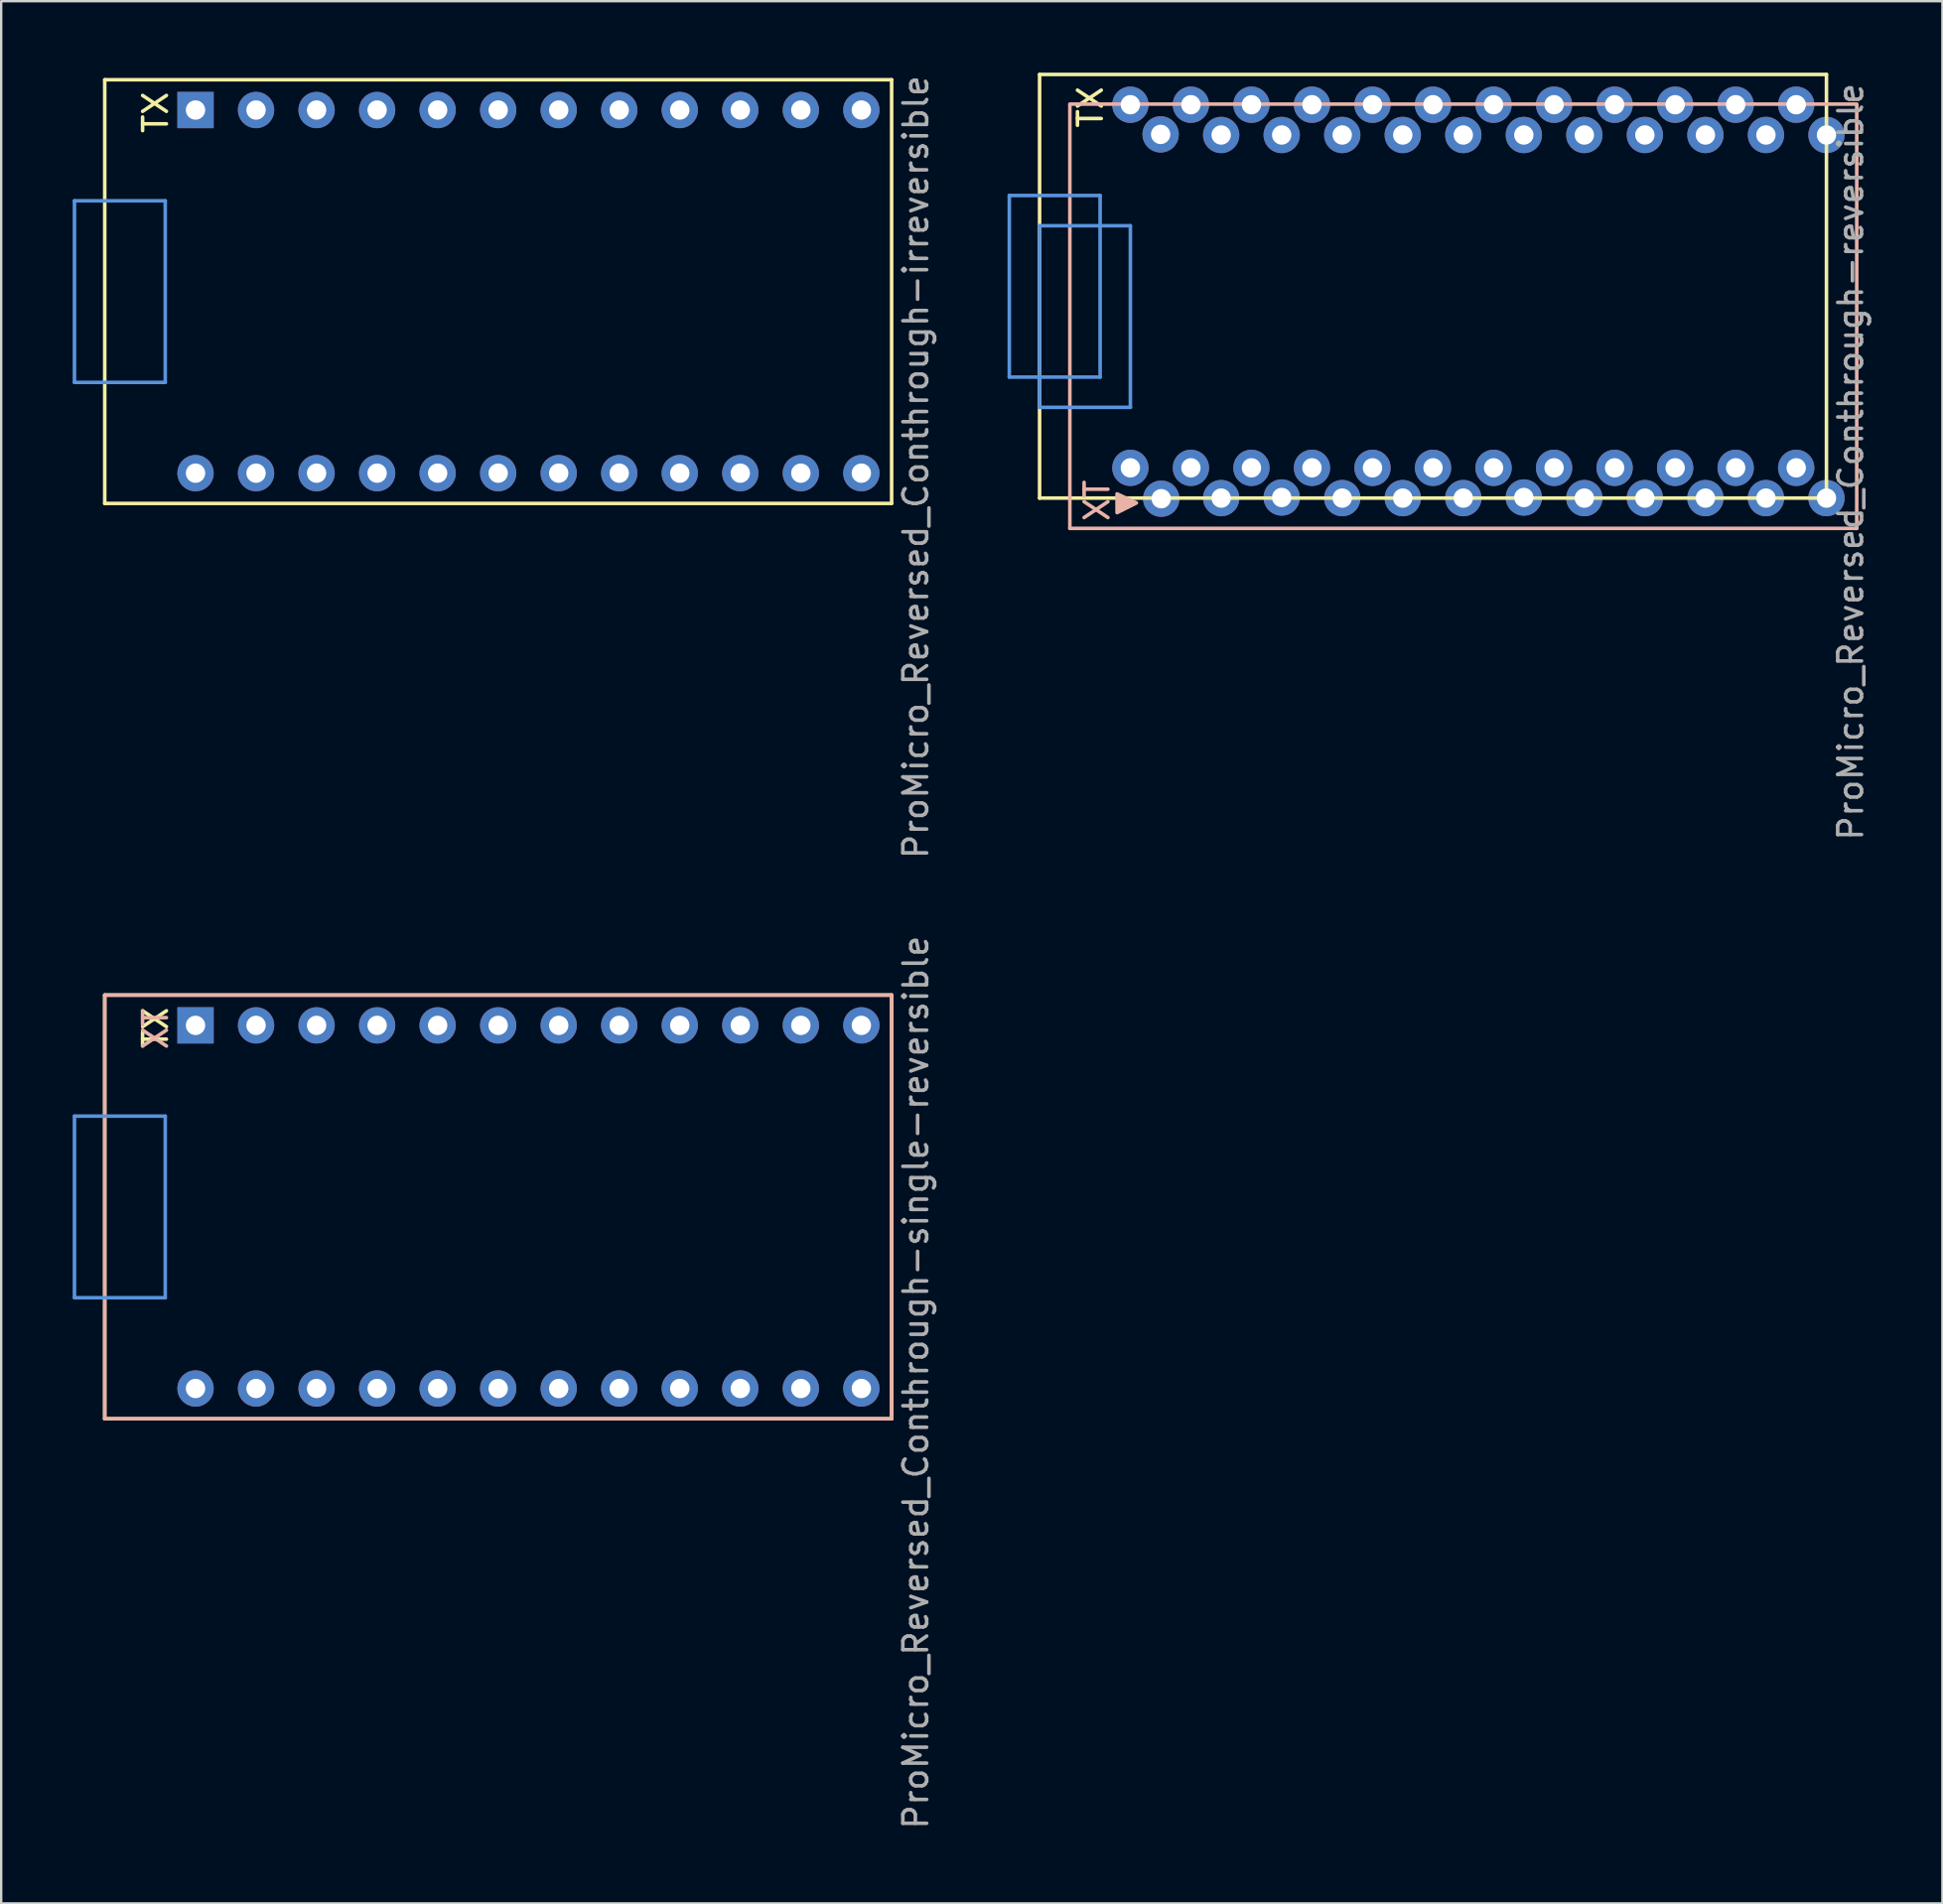
<source format=kicad_pcb>
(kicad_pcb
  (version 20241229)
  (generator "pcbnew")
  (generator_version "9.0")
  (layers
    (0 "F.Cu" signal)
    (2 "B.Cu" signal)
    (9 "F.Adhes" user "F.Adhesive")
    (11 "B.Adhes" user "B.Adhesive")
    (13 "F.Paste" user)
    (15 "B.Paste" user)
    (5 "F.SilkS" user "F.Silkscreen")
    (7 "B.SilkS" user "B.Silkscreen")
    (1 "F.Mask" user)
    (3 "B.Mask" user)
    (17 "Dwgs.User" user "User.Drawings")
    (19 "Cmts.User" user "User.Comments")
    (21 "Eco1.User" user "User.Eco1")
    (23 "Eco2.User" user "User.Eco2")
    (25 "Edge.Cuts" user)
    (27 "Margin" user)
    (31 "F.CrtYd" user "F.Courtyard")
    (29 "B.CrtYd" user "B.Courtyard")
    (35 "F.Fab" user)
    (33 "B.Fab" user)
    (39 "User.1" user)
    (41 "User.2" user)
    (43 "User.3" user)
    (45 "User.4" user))
  (footprint "ProMicro_Reversed_Conthrough-single-reversible"
    (layer "F.Cu")
    (at 1.345 47.604)
    (property "Reference" "ProMicro_Reversed_Conthrough-single-reversible" (at 34.036 7.366 270) (layer "F.Fab") (effects (font (size 1 1) (thickness 0.15))))
    (attr through_hole)
    (fp_line (start 0 -8.89) (end 0 8.89) (stroke (width 0.15) (type solid)) (layer "F.SilkS"))
    (fp_line (start 0 8.89) (end 33.02 8.89) (stroke (width 0.15) (type solid)) (layer "F.SilkS"))
    (fp_line (start 33.02 -8.89) (end 0 -8.89) (stroke (width 0.15) (type solid)) (layer "F.SilkS"))
    (fp_line (start 33.02 8.89) (end 33.02 -8.89) (stroke (width 0.15) (type solid)) (layer "F.SilkS"))
    (fp_line (start 0 -8.89) (end 33.02 -8.89) (stroke (width 0.15) (type solid)) (layer "B.SilkS"))
    (fp_line (start 0 8.89) (end 0 -8.89) (stroke (width 0.15) (type solid)) (layer "B.SilkS"))
    (fp_line (start 33.02 -8.89) (end 33.02 8.89) (stroke (width 0.15) (type solid)) (layer "B.SilkS"))
    (fp_line (start 33.02 8.89) (end 0 8.89) (stroke (width 0.15) (type solid)) (layer "B.SilkS"))
    (fp_line (start -1.27 -3.81) (end -1.27 3.81) (stroke (width 0.15) (type solid)) (layer "Cmts.User"))
    (fp_line (start -1.27 3.81) (end 2.54 3.81) (stroke (width 0.15) (type solid)) (layer "Cmts.User"))
    (fp_line (start 2.54 -3.81) (end -1.27 -3.81) (stroke (width 0.15) (type solid)) (layer "Cmts.User"))
    (fp_line (start 2.54 3.81) (end 2.54 -3.81) (stroke (width 0.15) (type solid)) (layer "Cmts.User"))
    (fp_text user "TX" (at 2.134 -7.518 90) (unlocked yes) (layer "F.SilkS") (effects (font (size 1 1) (thickness 0.15))))
    (fp_text user "TX" (at 2.134 -7.468 90) (unlocked yes) (layer "B.SilkS") (effects (font (size 1 1) (thickness 0.15)) (justify mirror)))
    (pad "1" thru_hole rect (at 3.81 -7.62) (size 1.524 1.524) (drill 0.813) (layers "*.Cu" "*.Mask"))
    (pad "2" thru_hole circle (at 6.35 -7.62) (size 1.524 1.524) (drill 0.813) (layers "*.Cu" "*.Mask"))
    (pad "3" thru_hole circle (at 8.89 -7.62) (size 1.524 1.524) (drill 0.813) (layers "*.Cu" "*.Mask"))
    (pad "4" thru_hole circle (at 11.43 -7.62) (size 1.524 1.524) (drill 0.813) (layers "*.Cu" "*.Mask"))
    (pad "5" thru_hole circle (at 13.97 -7.62) (size 1.524 1.524) (drill 0.813) (layers "*.Cu" "*.Mask"))
    (pad "6" thru_hole circle (at 16.51 -7.62) (size 1.524 1.524) (drill 0.813) (layers "*.Cu" "*.Mask"))
    (pad "7" thru_hole circle (at 19.05 -7.62) (size 1.524 1.524) (drill 0.813) (layers "*.Cu" "*.Mask"))
    (pad "8" thru_hole circle (at 21.59 -7.62) (size 1.524 1.524) (drill 0.813) (layers "*.Cu" "*.Mask"))
    (pad "9" thru_hole circle (at 24.13 -7.62) (size 1.524 1.524) (drill 0.813) (layers "*.Cu" "*.Mask"))
    (pad "10" thru_hole circle (at 26.67 -7.62) (size 1.524 1.524) (drill 0.813) (layers "*.Cu" "*.Mask"))
    (pad "11" thru_hole circle (at 29.21 -7.62) (size 1.524 1.524) (drill 0.813) (layers "*.Cu" "*.Mask"))
    (pad "12" thru_hole circle (at 31.75 -7.62) (size 1.524 1.524) (drill 0.813) (layers "*.Cu" "*.Mask"))
    (pad "13" thru_hole circle (at 31.75 7.62) (size 1.524 1.524) (drill 0.813) (layers "*.Cu" "*.Mask"))
    (pad "14" thru_hole circle (at 29.21 7.62) (size 1.524 1.524) (drill 0.813) (layers "*.Cu" "*.Mask"))
    (pad "15" thru_hole circle (at 26.67 7.62) (size 1.524 1.524) (drill 0.813) (layers "*.Cu" "*.Mask"))
    (pad "16" thru_hole circle (at 24.13 7.62) (size 1.524 1.524) (drill 0.813) (layers "*.Cu" "*.Mask"))
    (pad "17" thru_hole circle (at 21.59 7.62) (size 1.524 1.524) (drill 0.813) (layers "*.Cu" "*.Mask"))
    (pad "18" thru_hole circle (at 19.05 7.62) (size 1.524 1.524) (drill 0.813) (layers "*.Cu" "*.Mask"))
    (pad "19" thru_hole circle (at 16.51 7.62) (size 1.524 1.524) (drill 0.813) (layers "*.Cu" "*.Mask"))
    (pad "20" thru_hole circle (at 13.97 7.62) (size 1.524 1.524) (drill 0.813) (layers "*.Cu" "*.Mask"))
    (pad "21" thru_hole circle (at 11.43 7.62) (size 1.524 1.524) (drill 0.813) (layers "*.Cu" "*.Mask"))
    (pad "22" thru_hole circle (at 8.89 7.62) (size 1.524 1.524) (drill 0.813) (layers "*.Cu" "*.Mask"))
    (pad "23" thru_hole circle (at 6.35 7.62) (size 1.524 1.524) (drill 0.813) (layers "*.Cu" "*.Mask"))
    (pad "24" thru_hole circle (at 3.81 7.62) (size 1.524 1.524) (drill 0.813) (layers "*.Cu" "*.Mask")))
  (footprint "ProMicro_Reversed_Conthrough-irreversible"
    (layer "F.Cu")
    (at 1.345 9.188)
    (property "Reference" "ProMicro_Reversed_Conthrough-irreversible" (at 34.036 7.366 270) (layer "F.Fab") (effects (font (size 1 1) (thickness 0.15))))
    (attr through_hole)
    (fp_line (start 0 -8.89) (end 0 8.89) (stroke (width 0.15) (type solid)) (layer "F.SilkS"))
    (fp_line (start 0 8.89) (end 33.02 8.89) (stroke (width 0.15) (type solid)) (layer "F.SilkS"))
    (fp_line (start 33.02 -8.89) (end 0 -8.89) (stroke (width 0.15) (type solid)) (layer "F.SilkS"))
    (fp_line (start 33.02 8.89) (end 33.02 -8.89) (stroke (width 0.15) (type solid)) (layer "F.SilkS"))
    (fp_line (start -1.27 -3.81) (end -1.27 3.81) (stroke (width 0.15) (type solid)) (layer "Cmts.User"))
    (fp_line (start -1.27 3.81) (end 2.54 3.81) (stroke (width 0.15) (type solid)) (layer "Cmts.User"))
    (fp_line (start 2.54 -3.81) (end -1.27 -3.81) (stroke (width 0.15) (type solid)) (layer "Cmts.User"))
    (fp_line (start 2.54 3.81) (end 2.54 -3.81) (stroke (width 0.15) (type solid)) (layer "Cmts.User"))
    (fp_text user "TX" (at 2.134 -7.518 90) (unlocked yes) (layer "F.SilkS") (effects (font (size 1 1) (thickness 0.15))))
    (pad "1" thru_hole rect (at 3.81 -7.62) (size 1.524 1.524) (drill 0.813) (layers "*.Cu" "*.Mask"))
    (pad "2" thru_hole circle (at 6.35 -7.62) (size 1.524 1.524) (drill 0.813) (layers "*.Cu" "*.Mask"))
    (pad "3" thru_hole circle (at 8.89 -7.62) (size 1.524 1.524) (drill 0.813) (layers "*.Cu" "*.Mask"))
    (pad "4" thru_hole circle (at 11.43 -7.62) (size 1.524 1.524) (drill 0.813) (layers "*.Cu" "*.Mask"))
    (pad "5" thru_hole circle (at 13.97 -7.62) (size 1.524 1.524) (drill 0.813) (layers "*.Cu" "*.Mask"))
    (pad "6" thru_hole circle (at 16.51 -7.62) (size 1.524 1.524) (drill 0.813) (layers "*.Cu" "*.Mask"))
    (pad "7" thru_hole circle (at 19.05 -7.62) (size 1.524 1.524) (drill 0.813) (layers "*.Cu" "*.Mask"))
    (pad "8" thru_hole circle (at 21.59 -7.62) (size 1.524 1.524) (drill 0.813) (layers "*.Cu" "*.Mask"))
    (pad "9" thru_hole circle (at 24.13 -7.62) (size 1.524 1.524) (drill 0.813) (layers "*.Cu" "*.Mask"))
    (pad "10" thru_hole circle (at 26.67 -7.62) (size 1.524 1.524) (drill 0.813) (layers "*.Cu" "*.Mask"))
    (pad "11" thru_hole circle (at 29.21 -7.62) (size 1.524 1.524) (drill 0.813) (layers "*.Cu" "*.Mask"))
    (pad "12" thru_hole circle (at 31.75 -7.62) (size 1.524 1.524) (drill 0.813) (layers "*.Cu" "*.Mask"))
    (pad "13" thru_hole circle (at 31.75 7.62) (size 1.524 1.524) (drill 0.813) (layers "*.Cu" "*.Mask"))
    (pad "14" thru_hole circle (at 29.21 7.62) (size 1.524 1.524) (drill 0.813) (layers "*.Cu" "*.Mask"))
    (pad "15" thru_hole circle (at 26.67 7.62) (size 1.524 1.524) (drill 0.813) (layers "*.Cu" "*.Mask"))
    (pad "16" thru_hole circle (at 24.13 7.62) (size 1.524 1.524) (drill 0.813) (layers "*.Cu" "*.Mask"))
    (pad "17" thru_hole circle (at 21.59 7.62) (size 1.524 1.524) (drill 0.813) (layers "*.Cu" "*.Mask"))
    (pad "18" thru_hole circle (at 19.05 7.62) (size 1.524 1.524) (drill 0.813) (layers "*.Cu" "*.Mask"))
    (pad "19" thru_hole circle (at 16.51 7.62) (size 1.524 1.524) (drill 0.813) (layers "*.Cu" "*.Mask"))
    (pad "20" thru_hole circle (at 13.97 7.62) (size 1.524 1.524) (drill 0.813) (layers "*.Cu" "*.Mask"))
    (pad "21" thru_hole circle (at 11.43 7.62) (size 1.524 1.524) (drill 0.813) (layers "*.Cu" "*.Mask"))
    (pad "22" thru_hole circle (at 8.89 7.62) (size 1.524 1.524) (drill 0.813) (layers "*.Cu" "*.Mask"))
    (pad "23" thru_hole circle (at 6.35 7.62) (size 1.524 1.524) (drill 0.813) (layers "*.Cu" "*.Mask"))
    (pad "24" thru_hole circle (at 3.81 7.62) (size 1.524 1.524) (drill 0.813) (layers "*.Cu" "*.Mask")))
  (footprint "ProMicro_Reversed_Conthrough-reversible"
    (layer "F.Cu")
    (at 40.574 8.965)
    (property "Reference" "ProMicro_Reversed_Conthrough-reversible" (at 34.036 7.366 270) (layer "F.Fab") (effects (font (size 1 1) (thickness 0.15))))
    (attr through_hole)
    (fp_line (start 0 -8.89) (end 0 8.89) (stroke (width 0.15) (type solid)) (layer "F.SilkS"))
    (fp_line (start 0 8.89) (end 33.02 8.89) (stroke (width 0.15) (type solid)) (layer "F.SilkS"))
    (fp_line (start 33.02 -8.89) (end 0 -8.89) (stroke (width 0.15) (type solid)) (layer "F.SilkS"))
    (fp_line (start 33.02 8.89) (end 33.02 -8.89) (stroke (width 0.15) (type solid)) (layer "F.SilkS"))
    (fp_line (start 1.27 -7.62) (end 1.27 10.16) (stroke (width 0.15) (type solid)) (layer "B.SilkS"))
    (fp_line (start 1.27 10.16) (end 34.29 10.16) (stroke (width 0.15) (type solid)) (layer "B.SilkS"))
    (fp_line (start 34.29 -7.645) (end 1.27 -7.645) (stroke (width 0.15) (type solid)) (layer "B.SilkS"))
    (fp_line (start 34.29 10.16) (end 34.29 -7.62) (stroke (width 0.15) (type solid)) (layer "B.SilkS"))
    (fp_poly (pts (xy 3.251 8.712) (xy 3.251 9.5) (xy 4.064 9.093)) (stroke (width 0.15) (type solid)) (fill yes) (layer "B.SilkS"))
    (fp_line (start -1.27 -3.81) (end -1.27 3.81) (stroke (width 0.15) (type solid)) (layer "Cmts.User"))
    (fp_line (start -1.27 3.81) (end 2.54 3.81) (stroke (width 0.15) (type solid)) (layer "Cmts.User"))
    (fp_line (start 0 -2.54) (end 0 5.08) (stroke (width 0.15) (type solid)) (layer "Cmts.User"))
    (fp_line (start 0 5.08) (end 3.81 5.08) (stroke (width 0.15) (type solid)) (layer "Cmts.User"))
    (fp_line (start 2.54 -3.81) (end -1.27 -3.81) (stroke (width 0.15) (type solid)) (layer "Cmts.User"))
    (fp_line (start 2.54 3.81) (end 2.54 -3.81) (stroke (width 0.15) (type solid)) (layer "Cmts.User"))
    (fp_line (start 3.81 -2.54) (end 0 -2.54) (stroke (width 0.15) (type solid)) (layer "Cmts.User"))
    (fp_line (start 3.81 5.08) (end 3.81 -2.54) (stroke (width 0.15) (type solid)) (layer "Cmts.User"))
    (fp_text user "TX" (at 2.134 -7.518 90) (unlocked yes) (layer "F.SilkS") (effects (font (size 1 1) (thickness 0.15))))
    (fp_text user "TX" (at 2.413 8.992 90) (unlocked yes) (layer "B.SilkS") (effects (font (size 1 1) (thickness 0.15)) (justify mirror)))
    (pad "1" thru_hole circle (at 3.81 -7.62) (size 1.524 1.524) (drill 0.813) (layers "*.Cu" "*.Mask"))
    (pad "1" thru_hole circle (at 5.105 8.915) (size 1.524 1.524) (drill 0.813) (layers "*.Cu" "*.Mask"))
    (pad "2" thru_hole circle (at 6.35 -7.62) (size 1.524 1.524) (drill 0.813) (layers "*.Cu" "*.Mask"))
    (pad "2" thru_hole circle (at 7.62 8.89) (size 1.524 1.524) (drill 0.813) (layers "*.Cu" "*.Mask"))
    (pad "3" thru_hole circle (at 8.89 -7.62) (size 1.524 1.524) (drill 0.813) (layers "*.Cu" "*.Mask"))
    (pad "3" thru_hole circle (at 10.16 8.865) (size 1.524 1.524) (drill 0.813) (layers "*.Cu" "*.Mask"))
    (pad "4" thru_hole circle (at 11.43 -7.62) (size 1.524 1.524) (drill 0.813) (layers "*.Cu" "*.Mask"))
    (pad "4" thru_hole circle (at 12.7 8.89) (size 1.524 1.524) (drill 0.813) (layers "*.Cu" "*.Mask"))
    (pad "5" thru_hole circle (at 13.97 -7.62) (size 1.524 1.524) (drill 0.813) (layers "*.Cu" "*.Mask"))
    (pad "5" thru_hole circle (at 15.24 8.89) (size 1.524 1.524) (drill 0.813) (layers "*.Cu" "*.Mask"))
    (pad "6" thru_hole circle (at 16.51 -7.62) (size 1.524 1.524) (drill 0.813) (layers "*.Cu" "*.Mask"))
    (pad "6" thru_hole circle (at 17.78 8.89) (size 1.524 1.524) (drill 0.813) (layers "*.Cu" "*.Mask"))
    (pad "7" thru_hole circle (at 19.05 -7.62) (size 1.524 1.524) (drill 0.813) (layers "*.Cu" "*.Mask"))
    (pad "7" thru_hole circle (at 20.32 8.865) (size 1.524 1.524) (drill 0.813) (layers "*.Cu" "*.Mask"))
    (pad "8" thru_hole circle (at 21.59 -7.62) (size 1.524 1.524) (drill 0.813) (layers "*.Cu" "*.Mask"))
    (pad "8" thru_hole circle (at 22.86 8.89) (size 1.524 1.524) (drill 0.813) (layers "*.Cu" "*.Mask"))
    (pad "9" thru_hole circle (at 24.13 -7.62) (size 1.524 1.524) (drill 0.813) (layers "*.Cu" "*.Mask"))
    (pad "9" thru_hole circle (at 25.4 8.89) (size 1.524 1.524) (drill 0.813) (layers "*.Cu" "*.Mask"))
    (pad "10" thru_hole circle (at 26.67 -7.62) (size 1.524 1.524) (drill 0.813) (layers "*.Cu" "*.Mask"))
    (pad "10" thru_hole circle (at 27.94 8.89) (size 1.524 1.524) (drill 0.813) (layers "*.Cu" "*.Mask"))
    (pad "11" thru_hole circle (at 29.21 -7.62) (size 1.524 1.524) (drill 0.813) (layers "*.Cu" "*.Mask"))
    (pad "11" thru_hole circle (at 30.48 8.89) (size 1.524 1.524) (drill 0.813) (layers "*.Cu" "*.Mask"))
    (pad "12" thru_hole circle (at 31.75 -7.62) (size 1.524 1.524) (drill 0.813) (layers "*.Cu" "*.Mask"))
    (pad "12" thru_hole circle (at 33.02 8.89) (size 1.524 1.524) (drill 0.813) (layers "*.Cu" "*.Mask"))
    (pad "13" thru_hole circle (at 31.75 7.62) (size 1.524 1.524) (drill 0.813) (layers "*.Cu" "*.Mask"))
    (pad "13" thru_hole circle (at 33.02 -6.35) (size 1.524 1.524) (drill 0.813) (layers "*.Cu" "*.Mask"))
    (pad "14" thru_hole circle (at 29.21 7.62) (size 1.524 1.524) (drill 0.813) (layers "*.Cu" "*.Mask"))
    (pad "14" thru_hole circle (at 30.48 -6.35) (size 1.524 1.524) (drill 0.813) (layers "*.Cu" "*.Mask"))
    (pad "15" thru_hole circle (at 26.67 7.62) (size 1.524 1.524) (drill 0.813) (layers "*.Cu" "*.Mask"))
    (pad "15" thru_hole circle (at 27.94 -6.35) (size 1.524 1.524) (drill 0.813) (layers "*.Cu" "*.Mask"))
    (pad "16" thru_hole circle (at 24.13 7.62) (size 1.524 1.524) (drill 0.813) (layers "*.Cu" "*.Mask"))
    (pad "16" thru_hole circle (at 25.4 -6.35) (size 1.524 1.524) (drill 0.813) (layers "*.Cu" "*.Mask"))
    (pad "17" thru_hole circle (at 21.59 7.62) (size 1.524 1.524) (drill 0.813) (layers "*.Cu" "*.Mask"))
    (pad "17" thru_hole circle (at 22.86 -6.35) (size 1.524 1.524) (drill 0.813) (layers "*.Cu" "*.Mask"))
    (pad "18" thru_hole circle (at 19.05 7.62) (size 1.524 1.524) (drill 0.813) (layers "*.Cu" "*.Mask"))
    (pad "18" thru_hole circle (at 20.32 -6.35) (size 1.524 1.524) (drill 0.813) (layers "*.Cu" "*.Mask"))
    (pad "19" thru_hole circle (at 16.51 7.62) (size 1.524 1.524) (drill 0.813) (layers "*.Cu" "*.Mask"))
    (pad "19" thru_hole circle (at 17.78 -6.35) (size 1.524 1.524) (drill 0.813) (layers "*.Cu" "*.Mask"))
    (pad "20" thru_hole circle (at 13.97 7.62) (size 1.524 1.524) (drill 0.813) (layers "*.Cu" "*.Mask"))
    (pad "20" thru_hole circle (at 15.24 -6.35) (size 1.524 1.524) (drill 0.813) (layers "*.Cu" "*.Mask"))
    (pad "21" thru_hole circle (at 11.43 7.62) (size 1.524 1.524) (drill 0.813) (layers "*.Cu" "*.Mask"))
    (pad "21" thru_hole circle (at 12.7 -6.35) (size 1.524 1.524) (drill 0.813) (layers "*.Cu" "*.Mask"))
    (pad "22" thru_hole circle (at 8.89 7.62) (size 1.524 1.524) (drill 0.813) (layers "*.Cu" "*.Mask"))
    (pad "22" thru_hole circle (at 10.16 -6.35) (size 1.524 1.524) (drill 0.813) (layers "*.Cu" "*.Mask"))
    (pad "23" thru_hole circle (at 6.35 7.62) (size 1.524 1.524) (drill 0.813) (layers "*.Cu" "*.Mask"))
    (pad "23" thru_hole circle (at 7.62 -6.35) (size 1.524 1.524) (drill 0.813) (layers "*.Cu" "*.Mask"))
    (pad "24" thru_hole circle (at 3.81 7.62) (size 1.524 1.524) (drill 0.813) (layers "*.Cu" "*.Mask"))
    (pad "24" thru_hole circle (at 5.08 -6.375) (size 1.524 1.524) (drill 0.813) (layers "*.Cu" "*.Mask")))
  (gr_rect
    (start -3 -3)
    (end 78.459 76.833)
    (stroke (width 0.1) (type default))
    (fill no)
    (layer "Edge.Cuts")))
</source>
